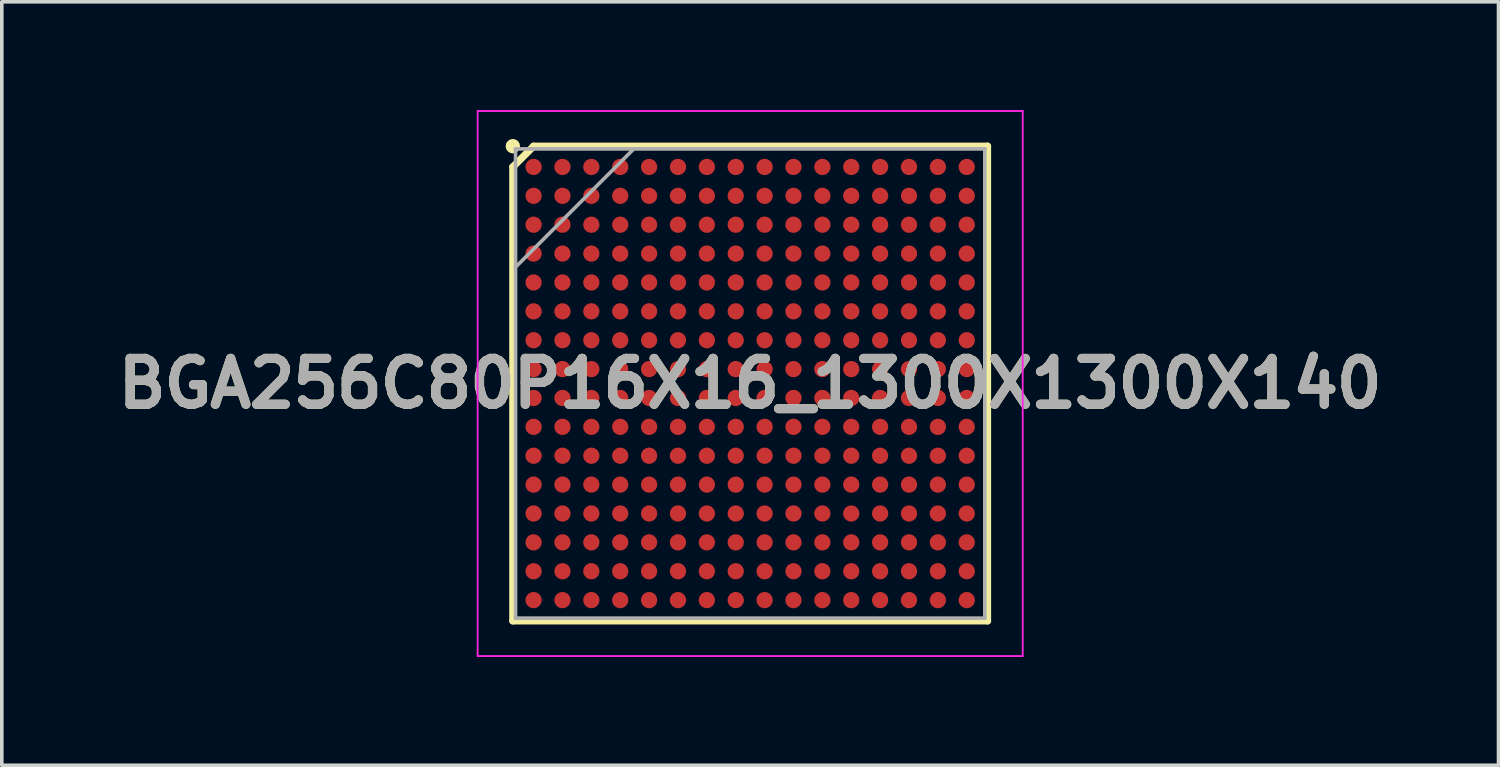
<source format=kicad_pcb>
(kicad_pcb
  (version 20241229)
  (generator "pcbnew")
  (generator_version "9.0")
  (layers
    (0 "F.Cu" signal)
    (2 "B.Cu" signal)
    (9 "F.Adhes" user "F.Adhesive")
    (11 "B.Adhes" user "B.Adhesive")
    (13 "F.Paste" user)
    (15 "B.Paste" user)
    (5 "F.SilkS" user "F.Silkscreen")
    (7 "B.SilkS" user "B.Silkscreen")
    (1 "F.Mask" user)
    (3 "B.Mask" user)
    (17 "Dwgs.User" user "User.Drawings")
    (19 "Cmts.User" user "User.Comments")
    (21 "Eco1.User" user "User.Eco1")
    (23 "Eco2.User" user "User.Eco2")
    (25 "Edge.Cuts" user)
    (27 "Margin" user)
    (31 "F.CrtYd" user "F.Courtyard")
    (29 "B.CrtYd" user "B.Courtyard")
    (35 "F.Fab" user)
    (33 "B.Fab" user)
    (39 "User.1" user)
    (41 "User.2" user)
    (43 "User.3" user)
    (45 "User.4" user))
  (footprint "BGA256C80P16X16_1300X1300X140"
    (layer "F.Cu")
    (at 17.732 7.575)
    (property "Reference" "BGA256C80P16X16_1300X1300X140" (at 0 0 0) (layer "F.SilkS") (effects (font (size 1.27 1.27) (thickness 0.254))))
    (attr smd)
    (fp_line (start -6.575 -6) (end -6 -6.575) (stroke (width 0.2) (type solid)) (layer "F.SilkS"))
    (fp_line (start -6.575 6.575) (end -6.575 -6) (stroke (width 0.2) (type solid)) (layer "F.SilkS"))
    (fp_line (start -6 -6.575) (end 6.575 -6.575) (stroke (width 0.2) (type solid)) (layer "F.SilkS"))
    (fp_line (start 6.575 -6.575) (end 6.575 6.575) (stroke (width 0.2) (type solid)) (layer "F.SilkS"))
    (fp_line (start 6.575 6.575) (end -6.575 6.575) (stroke (width 0.2) (type solid)) (layer "F.SilkS"))
    (fp_circle (center -6.575 -6.575) (end -6.575 -6.475) (stroke (width 0.2) (type solid)) (fill no) (layer "F.SilkS"))
    (fp_line (start -7.55 -7.55) (end 7.55 -7.55) (stroke (width 0.05) (type solid)) (layer "F.CrtYd"))
    (fp_line (start -7.55 7.55) (end -7.55 -7.55) (stroke (width 0.05) (type solid)) (layer "F.CrtYd"))
    (fp_line (start 7.55 -7.55) (end 7.55 7.55) (stroke (width 0.05) (type solid)) (layer "F.CrtYd"))
    (fp_line (start 7.55 7.55) (end -7.55 7.55) (stroke (width 0.05) (type solid)) (layer "F.CrtYd"))
    (fp_line (start -6.5 -6.5) (end 6.5 -6.5) (stroke (width 0.1) (type solid)) (layer "F.Fab"))
    (fp_line (start -6.5 -3.225) (end -3.225 -6.5) (stroke (width 0.1) (type solid)) (layer "F.Fab"))
    (fp_line (start -6.5 6.5) (end -6.5 -6.5) (stroke (width 0.1) (type solid)) (layer "F.Fab"))
    (fp_line (start 6.5 -6.5) (end 6.5 6.5) (stroke (width 0.1) (type solid)) (layer "F.Fab"))
    (fp_line (start 6.5 6.5) (end -6.5 6.5) (stroke (width 0.1) (type solid)) (layer "F.Fab"))
    (fp_text user "${REFERENCE}" (at 0 0 0) (layer "F.Fab") (effects (font (size 1.27 1.27) (thickness 0.254))))
    (pad "A1" smd circle (at -6 -6 90) (size 0.45 0.45) (layers "F.Cu" "F.Mask" "F.Paste"))
    (pad "A2" smd circle (at -5.2 -6 90) (size 0.45 0.45) (layers "F.Cu" "F.Mask" "F.Paste"))
    (pad "A3" smd circle (at -4.4 -6 90) (size 0.45 0.45) (layers "F.Cu" "F.Mask" "F.Paste"))
    (pad "A4" smd circle (at -3.6 -6 90) (size 0.45 0.45) (layers "F.Cu" "F.Mask" "F.Paste"))
    (pad "A5" smd circle (at -2.8 -6 90) (size 0.45 0.45) (layers "F.Cu" "F.Mask" "F.Paste"))
    (pad "A6" smd circle (at -2 -6 90) (size 0.45 0.45) (layers "F.Cu" "F.Mask" "F.Paste"))
    (pad "A7" smd circle (at -1.2 -6 90) (size 0.45 0.45) (layers "F.Cu" "F.Mask" "F.Paste"))
    (pad "A8" smd circle (at -0.4 -6 90) (size 0.45 0.45) (layers "F.Cu" "F.Mask" "F.Paste"))
    (pad "A9" smd circle (at 0.4 -6 90) (size 0.45 0.45) (layers "F.Cu" "F.Mask" "F.Paste"))
    (pad "A10" smd circle (at 1.2 -6 90) (size 0.45 0.45) (layers "F.Cu" "F.Mask" "F.Paste"))
    (pad "A11" smd circle (at 2 -6 90) (size 0.45 0.45) (layers "F.Cu" "F.Mask" "F.Paste"))
    (pad "A12" smd circle (at 2.8 -6 90) (size 0.45 0.45) (layers "F.Cu" "F.Mask" "F.Paste"))
    (pad "A13" smd circle (at 3.6 -6 90) (size 0.45 0.45) (layers "F.Cu" "F.Mask" "F.Paste"))
    (pad "A14" smd circle (at 4.4 -6 90) (size 0.45 0.45) (layers "F.Cu" "F.Mask" "F.Paste"))
    (pad "A15" smd circle (at 5.2 -6 90) (size 0.45 0.45) (layers "F.Cu" "F.Mask" "F.Paste"))
    (pad "A16" smd circle (at 6 -6 90) (size 0.45 0.45) (layers "F.Cu" "F.Mask" "F.Paste"))
    (pad "B1" smd circle (at -6 -5.2 90) (size 0.45 0.45) (layers "F.Cu" "F.Mask" "F.Paste"))
    (pad "B2" smd circle (at -5.2 -5.2 90) (size 0.45 0.45) (layers "F.Cu" "F.Mask" "F.Paste"))
    (pad "B3" smd circle (at -4.4 -5.2 90) (size 0.45 0.45) (layers "F.Cu" "F.Mask" "F.Paste"))
    (pad "B4" smd circle (at -3.6 -5.2 90) (size 0.45 0.45) (layers "F.Cu" "F.Mask" "F.Paste"))
    (pad "B5" smd circle (at -2.8 -5.2 90) (size 0.45 0.45) (layers "F.Cu" "F.Mask" "F.Paste"))
    (pad "B6" smd circle (at -2 -5.2 90) (size 0.45 0.45) (layers "F.Cu" "F.Mask" "F.Paste"))
    (pad "B7" smd circle (at -1.2 -5.2 90) (size 0.45 0.45) (layers "F.Cu" "F.Mask" "F.Paste"))
    (pad "B8" smd circle (at -0.4 -5.2 90) (size 0.45 0.45) (layers "F.Cu" "F.Mask" "F.Paste"))
    (pad "B9" smd circle (at 0.4 -5.2 90) (size 0.45 0.45) (layers "F.Cu" "F.Mask" "F.Paste"))
    (pad "B10" smd circle (at 1.2 -5.2 90) (size 0.45 0.45) (layers "F.Cu" "F.Mask" "F.Paste"))
    (pad "B11" smd circle (at 2 -5.2 90) (size 0.45 0.45) (layers "F.Cu" "F.Mask" "F.Paste"))
    (pad "B12" smd circle (at 2.8 -5.2 90) (size 0.45 0.45) (layers "F.Cu" "F.Mask" "F.Paste"))
    (pad "B13" smd circle (at 3.6 -5.2 90) (size 0.45 0.45) (layers "F.Cu" "F.Mask" "F.Paste"))
    (pad "B14" smd circle (at 4.4 -5.2 90) (size 0.45 0.45) (layers "F.Cu" "F.Mask" "F.Paste"))
    (pad "B15" smd circle (at 5.2 -5.2 90) (size 0.45 0.45) (layers "F.Cu" "F.Mask" "F.Paste"))
    (pad "B16" smd circle (at 6 -5.2 90) (size 0.45 0.45) (layers "F.Cu" "F.Mask" "F.Paste"))
    (pad "C1" smd circle (at -6 -4.4 90) (size 0.45 0.45) (layers "F.Cu" "F.Mask" "F.Paste"))
    (pad "C2" smd circle (at -5.2 -4.4 90) (size 0.45 0.45) (layers "F.Cu" "F.Mask" "F.Paste"))
    (pad "C3" smd circle (at -4.4 -4.4 90) (size 0.45 0.45) (layers "F.Cu" "F.Mask" "F.Paste"))
    (pad "C4" smd circle (at -3.6 -4.4 90) (size 0.45 0.45) (layers "F.Cu" "F.Mask" "F.Paste"))
    (pad "C5" smd circle (at -2.8 -4.4 90) (size 0.45 0.45) (layers "F.Cu" "F.Mask" "F.Paste"))
    (pad "C6" smd circle (at -2 -4.4 90) (size 0.45 0.45) (layers "F.Cu" "F.Mask" "F.Paste"))
    (pad "C7" smd circle (at -1.2 -4.4 90) (size 0.45 0.45) (layers "F.Cu" "F.Mask" "F.Paste"))
    (pad "C8" smd circle (at -0.4 -4.4 90) (size 0.45 0.45) (layers "F.Cu" "F.Mask" "F.Paste"))
    (pad "C9" smd circle (at 0.4 -4.4 90) (size 0.45 0.45) (layers "F.Cu" "F.Mask" "F.Paste"))
    (pad "C10" smd circle (at 1.2 -4.4 90) (size 0.45 0.45) (layers "F.Cu" "F.Mask" "F.Paste"))
    (pad "C11" smd circle (at 2 -4.4 90) (size 0.45 0.45) (layers "F.Cu" "F.Mask" "F.Paste"))
    (pad "C12" smd circle (at 2.8 -4.4 90) (size 0.45 0.45) (layers "F.Cu" "F.Mask" "F.Paste"))
    (pad "C13" smd circle (at 3.6 -4.4 90) (size 0.45 0.45) (layers "F.Cu" "F.Mask" "F.Paste"))
    (pad "C14" smd circle (at 4.4 -4.4 90) (size 0.45 0.45) (layers "F.Cu" "F.Mask" "F.Paste"))
    (pad "C15" smd circle (at 5.2 -4.4 90) (size 0.45 0.45) (layers "F.Cu" "F.Mask" "F.Paste"))
    (pad "C16" smd circle (at 6 -4.4 90) (size 0.45 0.45) (layers "F.Cu" "F.Mask" "F.Paste"))
    (pad "D1" smd circle (at -6 -3.6 90) (size 0.45 0.45) (layers "F.Cu" "F.Mask" "F.Paste"))
    (pad "D2" smd circle (at -5.2 -3.6 90) (size 0.45 0.45) (layers "F.Cu" "F.Mask" "F.Paste"))
    (pad "D3" smd circle (at -4.4 -3.6 90) (size 0.45 0.45) (layers "F.Cu" "F.Mask" "F.Paste"))
    (pad "D4" smd circle (at -3.6 -3.6 90) (size 0.45 0.45) (layers "F.Cu" "F.Mask" "F.Paste"))
    (pad "D5" smd circle (at -2.8 -3.6 90) (size 0.45 0.45) (layers "F.Cu" "F.Mask" "F.Paste"))
    (pad "D6" smd circle (at -2 -3.6 90) (size 0.45 0.45) (layers "F.Cu" "F.Mask" "F.Paste"))
    (pad "D7" smd circle (at -1.2 -3.6 90) (size 0.45 0.45) (layers "F.Cu" "F.Mask" "F.Paste"))
    (pad "D8" smd circle (at -0.4 -3.6 90) (size 0.45 0.45) (layers "F.Cu" "F.Mask" "F.Paste"))
    (pad "D9" smd circle (at 0.4 -3.6 90) (size 0.45 0.45) (layers "F.Cu" "F.Mask" "F.Paste"))
    (pad "D10" smd circle (at 1.2 -3.6 90) (size 0.45 0.45) (layers "F.Cu" "F.Mask" "F.Paste"))
    (pad "D11" smd circle (at 2 -3.6 90) (size 0.45 0.45) (layers "F.Cu" "F.Mask" "F.Paste"))
    (pad "D12" smd circle (at 2.8 -3.6 90) (size 0.45 0.45) (layers "F.Cu" "F.Mask" "F.Paste"))
    (pad "D13" smd circle (at 3.6 -3.6 90) (size 0.45 0.45) (layers "F.Cu" "F.Mask" "F.Paste"))
    (pad "D14" smd circle (at 4.4 -3.6 90) (size 0.45 0.45) (layers "F.Cu" "F.Mask" "F.Paste"))
    (pad "D15" smd circle (at 5.2 -3.6 90) (size 0.45 0.45) (layers "F.Cu" "F.Mask" "F.Paste"))
    (pad "D16" smd circle (at 6 -3.6 90) (size 0.45 0.45) (layers "F.Cu" "F.Mask" "F.Paste"))
    (pad "E1" smd circle (at -6 -2.8 90) (size 0.45 0.45) (layers "F.Cu" "F.Mask" "F.Paste"))
    (pad "E2" smd circle (at -5.2 -2.8 90) (size 0.45 0.45) (layers "F.Cu" "F.Mask" "F.Paste"))
    (pad "E3" smd circle (at -4.4 -2.8 90) (size 0.45 0.45) (layers "F.Cu" "F.Mask" "F.Paste"))
    (pad "E4" smd circle (at -3.6 -2.8 90) (size 0.45 0.45) (layers "F.Cu" "F.Mask" "F.Paste"))
    (pad "E5" smd circle (at -2.8 -2.8 90) (size 0.45 0.45) (layers "F.Cu" "F.Mask" "F.Paste"))
    (pad "E6" smd circle (at -2 -2.8 90) (size 0.45 0.45) (layers "F.Cu" "F.Mask" "F.Paste"))
    (pad "E7" smd circle (at -1.2 -2.8 90) (size 0.45 0.45) (layers "F.Cu" "F.Mask" "F.Paste"))
    (pad "E8" smd circle (at -0.4 -2.8 90) (size 0.45 0.45) (layers "F.Cu" "F.Mask" "F.Paste"))
    (pad "E9" smd circle (at 0.4 -2.8 90) (size 0.45 0.45) (layers "F.Cu" "F.Mask" "F.Paste"))
    (pad "E10" smd circle (at 1.2 -2.8 90) (size 0.45 0.45) (layers "F.Cu" "F.Mask" "F.Paste"))
    (pad "E11" smd circle (at 2 -2.8 90) (size 0.45 0.45) (layers "F.Cu" "F.Mask" "F.Paste"))
    (pad "E12" smd circle (at 2.8 -2.8 90) (size 0.45 0.45) (layers "F.Cu" "F.Mask" "F.Paste"))
    (pad "E13" smd circle (at 3.6 -2.8 90) (size 0.45 0.45) (layers "F.Cu" "F.Mask" "F.Paste"))
    (pad "E14" smd circle (at 4.4 -2.8 90) (size 0.45 0.45) (layers "F.Cu" "F.Mask" "F.Paste"))
    (pad "E15" smd circle (at 5.2 -2.8 90) (size 0.45 0.45) (layers "F.Cu" "F.Mask" "F.Paste"))
    (pad "E16" smd circle (at 6 -2.8 90) (size 0.45 0.45) (layers "F.Cu" "F.Mask" "F.Paste"))
    (pad "F1" smd circle (at -6 -2 90) (size 0.45 0.45) (layers "F.Cu" "F.Mask" "F.Paste"))
    (pad "F2" smd circle (at -5.2 -2 90) (size 0.45 0.45) (layers "F.Cu" "F.Mask" "F.Paste"))
    (pad "F3" smd circle (at -4.4 -2 90) (size 0.45 0.45) (layers "F.Cu" "F.Mask" "F.Paste"))
    (pad "F4" smd circle (at -3.6 -2 90) (size 0.45 0.45) (layers "F.Cu" "F.Mask" "F.Paste"))
    (pad "F5" smd circle (at -2.8 -2 90) (size 0.45 0.45) (layers "F.Cu" "F.Mask" "F.Paste"))
    (pad "F6" smd circle (at -2 -2 90) (size 0.45 0.45) (layers "F.Cu" "F.Mask" "F.Paste"))
    (pad "F7" smd circle (at -1.2 -2 90) (size 0.45 0.45) (layers "F.Cu" "F.Mask" "F.Paste"))
    (pad "F8" smd circle (at -0.4 -2 90) (size 0.45 0.45) (layers "F.Cu" "F.Mask" "F.Paste"))
    (pad "F9" smd circle (at 0.4 -2 90) (size 0.45 0.45) (layers "F.Cu" "F.Mask" "F.Paste"))
    (pad "F10" smd circle (at 1.2 -2 90) (size 0.45 0.45) (layers "F.Cu" "F.Mask" "F.Paste"))
    (pad "F11" smd circle (at 2 -2 90) (size 0.45 0.45) (layers "F.Cu" "F.Mask" "F.Paste"))
    (pad "F12" smd circle (at 2.8 -2 90) (size 0.45 0.45) (layers "F.Cu" "F.Mask" "F.Paste"))
    (pad "F13" smd circle (at 3.6 -2 90) (size 0.45 0.45) (layers "F.Cu" "F.Mask" "F.Paste"))
    (pad "F14" smd circle (at 4.4 -2 90) (size 0.45 0.45) (layers "F.Cu" "F.Mask" "F.Paste"))
    (pad "F15" smd circle (at 5.2 -2 90) (size 0.45 0.45) (layers "F.Cu" "F.Mask" "F.Paste"))
    (pad "F16" smd circle (at 6 -2 90) (size 0.45 0.45) (layers "F.Cu" "F.Mask" "F.Paste"))
    (pad "G1" smd circle (at -6 -1.2 90) (size 0.45 0.45) (layers "F.Cu" "F.Mask" "F.Paste"))
    (pad "G2" smd circle (at -5.2 -1.2 90) (size 0.45 0.45) (layers "F.Cu" "F.Mask" "F.Paste"))
    (pad "G3" smd circle (at -4.4 -1.2 90) (size 0.45 0.45) (layers "F.Cu" "F.Mask" "F.Paste"))
    (pad "G4" smd circle (at -3.6 -1.2 90) (size 0.45 0.45) (layers "F.Cu" "F.Mask" "F.Paste"))
    (pad "G5" smd circle (at -2.8 -1.2 90) (size 0.45 0.45) (layers "F.Cu" "F.Mask" "F.Paste"))
    (pad "G6" smd circle (at -2 -1.2 90) (size 0.45 0.45) (layers "F.Cu" "F.Mask" "F.Paste"))
    (pad "G7" smd circle (at -1.2 -1.2 90) (size 0.45 0.45) (layers "F.Cu" "F.Mask" "F.Paste"))
    (pad "G8" smd circle (at -0.4 -1.2 90) (size 0.45 0.45) (layers "F.Cu" "F.Mask" "F.Paste"))
    (pad "G9" smd circle (at 0.4 -1.2 90) (size 0.45 0.45) (layers "F.Cu" "F.Mask" "F.Paste"))
    (pad "G10" smd circle (at 1.2 -1.2 90) (size 0.45 0.45) (layers "F.Cu" "F.Mask" "F.Paste"))
    (pad "G11" smd circle (at 2 -1.2 90) (size 0.45 0.45) (layers "F.Cu" "F.Mask" "F.Paste"))
    (pad "G12" smd circle (at 2.8 -1.2 90) (size 0.45 0.45) (layers "F.Cu" "F.Mask" "F.Paste"))
    (pad "G13" smd circle (at 3.6 -1.2 90) (size 0.45 0.45) (layers "F.Cu" "F.Mask" "F.Paste"))
    (pad "G14" smd circle (at 4.4 -1.2 90) (size 0.45 0.45) (layers "F.Cu" "F.Mask" "F.Paste"))
    (pad "G15" smd circle (at 5.2 -1.2 90) (size 0.45 0.45) (layers "F.Cu" "F.Mask" "F.Paste"))
    (pad "G16" smd circle (at 6 -1.2 90) (size 0.45 0.45) (layers "F.Cu" "F.Mask" "F.Paste"))
    (pad "H1" smd circle (at -6 -0.4 90) (size 0.45 0.45) (layers "F.Cu" "F.Mask" "F.Paste"))
    (pad "H2" smd circle (at -5.2 -0.4 90) (size 0.45 0.45) (layers "F.Cu" "F.Mask" "F.Paste"))
    (pad "H3" smd circle (at -4.4 -0.4 90) (size 0.45 0.45) (layers "F.Cu" "F.Mask" "F.Paste"))
    (pad "H4" smd circle (at -3.6 -0.4 90) (size 0.45 0.45) (layers "F.Cu" "F.Mask" "F.Paste"))
    (pad "H5" smd circle (at -2.8 -0.4 90) (size 0.45 0.45) (layers "F.Cu" "F.Mask" "F.Paste"))
    (pad "H6" smd circle (at -2 -0.4 90) (size 0.45 0.45) (layers "F.Cu" "F.Mask" "F.Paste"))
    (pad "H7" smd circle (at -1.2 -0.4 90) (size 0.45 0.45) (layers "F.Cu" "F.Mask" "F.Paste"))
    (pad "H8" smd circle (at -0.4 -0.4 90) (size 0.45 0.45) (layers "F.Cu" "F.Mask" "F.Paste"))
    (pad "H9" smd circle (at 0.4 -0.4 90) (size 0.45 0.45) (layers "F.Cu" "F.Mask" "F.Paste"))
    (pad "H10" smd circle (at 1.2 -0.4 90) (size 0.45 0.45) (layers "F.Cu" "F.Mask" "F.Paste"))
    (pad "H11" smd circle (at 2 -0.4 90) (size 0.45 0.45) (layers "F.Cu" "F.Mask" "F.Paste"))
    (pad "H12" smd circle (at 2.8 -0.4 90) (size 0.45 0.45) (layers "F.Cu" "F.Mask" "F.Paste"))
    (pad "H13" smd circle (at 3.6 -0.4 90) (size 0.45 0.45) (layers "F.Cu" "F.Mask" "F.Paste"))
    (pad "H14" smd circle (at 4.4 -0.4 90) (size 0.45 0.45) (layers "F.Cu" "F.Mask" "F.Paste"))
    (pad "H15" smd circle (at 5.2 -0.4 90) (size 0.45 0.45) (layers "F.Cu" "F.Mask" "F.Paste"))
    (pad "H16" smd circle (at 6 -0.4 90) (size 0.45 0.45) (layers "F.Cu" "F.Mask" "F.Paste"))
    (pad "J1" smd circle (at -6 0.4 90) (size 0.45 0.45) (layers "F.Cu" "F.Mask" "F.Paste"))
    (pad "J2" smd circle (at -5.2 0.4 90) (size 0.45 0.45) (layers "F.Cu" "F.Mask" "F.Paste"))
    (pad "J3" smd circle (at -4.4 0.4 90) (size 0.45 0.45) (layers "F.Cu" "F.Mask" "F.Paste"))
    (pad "J4" smd circle (at -3.6 0.4 90) (size 0.45 0.45) (layers "F.Cu" "F.Mask" "F.Paste"))
    (pad "J5" smd circle (at -2.8 0.4 90) (size 0.45 0.45) (layers "F.Cu" "F.Mask" "F.Paste"))
    (pad "J6" smd circle (at -2 0.4 90) (size 0.45 0.45) (layers "F.Cu" "F.Mask" "F.Paste"))
    (pad "J7" smd circle (at -1.2 0.4 90) (size 0.45 0.45) (layers "F.Cu" "F.Mask" "F.Paste"))
    (pad "J8" smd circle (at -0.4 0.4 90) (size 0.45 0.45) (layers "F.Cu" "F.Mask" "F.Paste"))
    (pad "J9" smd circle (at 0.4 0.4 90) (size 0.45 0.45) (layers "F.Cu" "F.Mask" "F.Paste"))
    (pad "J10" smd circle (at 1.2 0.4 90) (size 0.45 0.45) (layers "F.Cu" "F.Mask" "F.Paste"))
    (pad "J11" smd circle (at 2 0.4 90) (size 0.45 0.45) (layers "F.Cu" "F.Mask" "F.Paste"))
    (pad "J12" smd circle (at 2.8 0.4 90) (size 0.45 0.45) (layers "F.Cu" "F.Mask" "F.Paste"))
    (pad "J13" smd circle (at 3.6 0.4 90) (size 0.45 0.45) (layers "F.Cu" "F.Mask" "F.Paste"))
    (pad "J14" smd circle (at 4.4 0.4 90) (size 0.45 0.45) (layers "F.Cu" "F.Mask" "F.Paste"))
    (pad "J15" smd circle (at 5.2 0.4 90) (size 0.45 0.45) (layers "F.Cu" "F.Mask" "F.Paste"))
    (pad "J16" smd circle (at 6 0.4 90) (size 0.45 0.45) (layers "F.Cu" "F.Mask" "F.Paste"))
    (pad "K1" smd circle (at -6 1.2 90) (size 0.45 0.45) (layers "F.Cu" "F.Mask" "F.Paste"))
    (pad "K2" smd circle (at -5.2 1.2 90) (size 0.45 0.45) (layers "F.Cu" "F.Mask" "F.Paste"))
    (pad "K3" smd circle (at -4.4 1.2 90) (size 0.45 0.45) (layers "F.Cu" "F.Mask" "F.Paste"))
    (pad "K4" smd circle (at -3.6 1.2 90) (size 0.45 0.45) (layers "F.Cu" "F.Mask" "F.Paste"))
    (pad "K5" smd circle (at -2.8 1.2 90) (size 0.45 0.45) (layers "F.Cu" "F.Mask" "F.Paste"))
    (pad "K6" smd circle (at -2 1.2 90) (size 0.45 0.45) (layers "F.Cu" "F.Mask" "F.Paste"))
    (pad "K7" smd circle (at -1.2 1.2 90) (size 0.45 0.45) (layers "F.Cu" "F.Mask" "F.Paste"))
    (pad "K8" smd circle (at -0.4 1.2 90) (size 0.45 0.45) (layers "F.Cu" "F.Mask" "F.Paste"))
    (pad "K9" smd circle (at 0.4 1.2 90) (size 0.45 0.45) (layers "F.Cu" "F.Mask" "F.Paste"))
    (pad "K10" smd circle (at 1.2 1.2 90) (size 0.45 0.45) (layers "F.Cu" "F.Mask" "F.Paste"))
    (pad "K11" smd circle (at 2 1.2 90) (size 0.45 0.45) (layers "F.Cu" "F.Mask" "F.Paste"))
    (pad "K12" smd circle (at 2.8 1.2 90) (size 0.45 0.45) (layers "F.Cu" "F.Mask" "F.Paste"))
    (pad "K13" smd circle (at 3.6 1.2 90) (size 0.45 0.45) (layers "F.Cu" "F.Mask" "F.Paste"))
    (pad "K14" smd circle (at 4.4 1.2 90) (size 0.45 0.45) (layers "F.Cu" "F.Mask" "F.Paste"))
    (pad "K15" smd circle (at 5.2 1.2 90) (size 0.45 0.45) (layers "F.Cu" "F.Mask" "F.Paste"))
    (pad "K16" smd circle (at 6 1.2 90) (size 0.45 0.45) (layers "F.Cu" "F.Mask" "F.Paste"))
    (pad "L1" smd circle (at -6 2 90) (size 0.45 0.45) (layers "F.Cu" "F.Mask" "F.Paste"))
    (pad "L2" smd circle (at -5.2 2 90) (size 0.45 0.45) (layers "F.Cu" "F.Mask" "F.Paste"))
    (pad "L3" smd circle (at -4.4 2 90) (size 0.45 0.45) (layers "F.Cu" "F.Mask" "F.Paste"))
    (pad "L4" smd circle (at -3.6 2 90) (size 0.45 0.45) (layers "F.Cu" "F.Mask" "F.Paste"))
    (pad "L5" smd circle (at -2.8 2 90) (size 0.45 0.45) (layers "F.Cu" "F.Mask" "F.Paste"))
    (pad "L6" smd circle (at -2 2 90) (size 0.45 0.45) (layers "F.Cu" "F.Mask" "F.Paste"))
    (pad "L7" smd circle (at -1.2 2 90) (size 0.45 0.45) (layers "F.Cu" "F.Mask" "F.Paste"))
    (pad "L8" smd circle (at -0.4 2 90) (size 0.45 0.45) (layers "F.Cu" "F.Mask" "F.Paste"))
    (pad "L9" smd circle (at 0.4 2 90) (size 0.45 0.45) (layers "F.Cu" "F.Mask" "F.Paste"))
    (pad "L10" smd circle (at 1.2 2 90) (size 0.45 0.45) (layers "F.Cu" "F.Mask" "F.Paste"))
    (pad "L11" smd circle (at 2 2 90) (size 0.45 0.45) (layers "F.Cu" "F.Mask" "F.Paste"))
    (pad "L12" smd circle (at 2.8 2 90) (size 0.45 0.45) (layers "F.Cu" "F.Mask" "F.Paste"))
    (pad "L13" smd circle (at 3.6 2 90) (size 0.45 0.45) (layers "F.Cu" "F.Mask" "F.Paste"))
    (pad "L14" smd circle (at 4.4 2 90) (size 0.45 0.45) (layers "F.Cu" "F.Mask" "F.Paste"))
    (pad "L15" smd circle (at 5.2 2 90) (size 0.45 0.45) (layers "F.Cu" "F.Mask" "F.Paste"))
    (pad "L16" smd circle (at 6 2 90) (size 0.45 0.45) (layers "F.Cu" "F.Mask" "F.Paste"))
    (pad "M1" smd circle (at -6 2.8 90) (size 0.45 0.45) (layers "F.Cu" "F.Mask" "F.Paste"))
    (pad "M2" smd circle (at -5.2 2.8 90) (size 0.45 0.45) (layers "F.Cu" "F.Mask" "F.Paste"))
    (pad "M3" smd circle (at -4.4 2.8 90) (size 0.45 0.45) (layers "F.Cu" "F.Mask" "F.Paste"))
    (pad "M4" smd circle (at -3.6 2.8 90) (size 0.45 0.45) (layers "F.Cu" "F.Mask" "F.Paste"))
    (pad "M5" smd circle (at -2.8 2.8 90) (size 0.45 0.45) (layers "F.Cu" "F.Mask" "F.Paste"))
    (pad "M6" smd circle (at -2 2.8 90) (size 0.45 0.45) (layers "F.Cu" "F.Mask" "F.Paste"))
    (pad "M7" smd circle (at -1.2 2.8 90) (size 0.45 0.45) (layers "F.Cu" "F.Mask" "F.Paste"))
    (pad "M8" smd circle (at -0.4 2.8 90) (size 0.45 0.45) (layers "F.Cu" "F.Mask" "F.Paste"))
    (pad "M9" smd circle (at 0.4 2.8 90) (size 0.45 0.45) (layers "F.Cu" "F.Mask" "F.Paste"))
    (pad "M10" smd circle (at 1.2 2.8 90) (size 0.45 0.45) (layers "F.Cu" "F.Mask" "F.Paste"))
    (pad "M11" smd circle (at 2 2.8 90) (size 0.45 0.45) (layers "F.Cu" "F.Mask" "F.Paste"))
    (pad "M12" smd circle (at 2.8 2.8 90) (size 0.45 0.45) (layers "F.Cu" "F.Mask" "F.Paste"))
    (pad "M13" smd circle (at 3.6 2.8 90) (size 0.45 0.45) (layers "F.Cu" "F.Mask" "F.Paste"))
    (pad "M14" smd circle (at 4.4 2.8 90) (size 0.45 0.45) (layers "F.Cu" "F.Mask" "F.Paste"))
    (pad "M15" smd circle (at 5.2 2.8 90) (size 0.45 0.45) (layers "F.Cu" "F.Mask" "F.Paste"))
    (pad "M16" smd circle (at 6 2.8 90) (size 0.45 0.45) (layers "F.Cu" "F.Mask" "F.Paste"))
    (pad "N1" smd circle (at -6 3.6 90) (size 0.45 0.45) (layers "F.Cu" "F.Mask" "F.Paste"))
    (pad "N2" smd circle (at -5.2 3.6 90) (size 0.45 0.45) (layers "F.Cu" "F.Mask" "F.Paste"))
    (pad "N3" smd circle (at -4.4 3.6 90) (size 0.45 0.45) (layers "F.Cu" "F.Mask" "F.Paste"))
    (pad "N4" smd circle (at -3.6 3.6 90) (size 0.45 0.45) (layers "F.Cu" "F.Mask" "F.Paste"))
    (pad "N5" smd circle (at -2.8 3.6 90) (size 0.45 0.45) (layers "F.Cu" "F.Mask" "F.Paste"))
    (pad "N6" smd circle (at -2 3.6 90) (size 0.45 0.45) (layers "F.Cu" "F.Mask" "F.Paste"))
    (pad "N7" smd circle (at -1.2 3.6 90) (size 0.45 0.45) (layers "F.Cu" "F.Mask" "F.Paste"))
    (pad "N8" smd circle (at -0.4 3.6 90) (size 0.45 0.45) (layers "F.Cu" "F.Mask" "F.Paste"))
    (pad "N9" smd circle (at 0.4 3.6 90) (size 0.45 0.45) (layers "F.Cu" "F.Mask" "F.Paste"))
    (pad "N10" smd circle (at 1.2 3.6 90) (size 0.45 0.45) (layers "F.Cu" "F.Mask" "F.Paste"))
    (pad "N11" smd circle (at 2 3.6 90) (size 0.45 0.45) (layers "F.Cu" "F.Mask" "F.Paste"))
    (pad "N12" smd circle (at 2.8 3.6 90) (size 0.45 0.45) (layers "F.Cu" "F.Mask" "F.Paste"))
    (pad "N13" smd circle (at 3.6 3.6 90) (size 0.45 0.45) (layers "F.Cu" "F.Mask" "F.Paste"))
    (pad "N14" smd circle (at 4.4 3.6 90) (size 0.45 0.45) (layers "F.Cu" "F.Mask" "F.Paste"))
    (pad "N15" smd circle (at 5.2 3.6 90) (size 0.45 0.45) (layers "F.Cu" "F.Mask" "F.Paste"))
    (pad "N16" smd circle (at 6 3.6 90) (size 0.45 0.45) (layers "F.Cu" "F.Mask" "F.Paste"))
    (pad "P1" smd circle (at -6 4.4 90) (size 0.45 0.45) (layers "F.Cu" "F.Mask" "F.Paste"))
    (pad "P2" smd circle (at -5.2 4.4 90) (size 0.45 0.45) (layers "F.Cu" "F.Mask" "F.Paste"))
    (pad "P3" smd circle (at -4.4 4.4 90) (size 0.45 0.45) (layers "F.Cu" "F.Mask" "F.Paste"))
    (pad "P4" smd circle (at -3.6 4.4 90) (size 0.45 0.45) (layers "F.Cu" "F.Mask" "F.Paste"))
    (pad "P5" smd circle (at -2.8 4.4 90) (size 0.45 0.45) (layers "F.Cu" "F.Mask" "F.Paste"))
    (pad "P6" smd circle (at -2 4.4 90) (size 0.45 0.45) (layers "F.Cu" "F.Mask" "F.Paste"))
    (pad "P7" smd circle (at -1.2 4.4 90) (size 0.45 0.45) (layers "F.Cu" "F.Mask" "F.Paste"))
    (pad "P8" smd circle (at -0.4 4.4 90) (size 0.45 0.45) (layers "F.Cu" "F.Mask" "F.Paste"))
    (pad "P9" smd circle (at 0.4 4.4 90) (size 0.45 0.45) (layers "F.Cu" "F.Mask" "F.Paste"))
    (pad "P10" smd circle (at 1.2 4.4 90) (size 0.45 0.45) (layers "F.Cu" "F.Mask" "F.Paste"))
    (pad "P11" smd circle (at 2 4.4 90) (size 0.45 0.45) (layers "F.Cu" "F.Mask" "F.Paste"))
    (pad "P12" smd circle (at 2.8 4.4 90) (size 0.45 0.45) (layers "F.Cu" "F.Mask" "F.Paste"))
    (pad "P13" smd circle (at 3.6 4.4 90) (size 0.45 0.45) (layers "F.Cu" "F.Mask" "F.Paste"))
    (pad "P14" smd circle (at 4.4 4.4 90) (size 0.45 0.45) (layers "F.Cu" "F.Mask" "F.Paste"))
    (pad "P15" smd circle (at 5.2 4.4 90) (size 0.45 0.45) (layers "F.Cu" "F.Mask" "F.Paste"))
    (pad "P16" smd circle (at 6 4.4 90) (size 0.45 0.45) (layers "F.Cu" "F.Mask" "F.Paste"))
    (pad "R1" smd circle (at -6 5.2 90) (size 0.45 0.45) (layers "F.Cu" "F.Mask" "F.Paste"))
    (pad "R2" smd circle (at -5.2 5.2 90) (size 0.45 0.45) (layers "F.Cu" "F.Mask" "F.Paste"))
    (pad "R3" smd circle (at -4.4 5.2 90) (size 0.45 0.45) (layers "F.Cu" "F.Mask" "F.Paste"))
    (pad "R4" smd circle (at -3.6 5.2 90) (size 0.45 0.45) (layers "F.Cu" "F.Mask" "F.Paste"))
    (pad "R5" smd circle (at -2.8 5.2 90) (size 0.45 0.45) (layers "F.Cu" "F.Mask" "F.Paste"))
    (pad "R6" smd circle (at -2 5.2 90) (size 0.45 0.45) (layers "F.Cu" "F.Mask" "F.Paste"))
    (pad "R7" smd circle (at -1.2 5.2 90) (size 0.45 0.45) (layers "F.Cu" "F.Mask" "F.Paste"))
    (pad "R8" smd circle (at -0.4 5.2 90) (size 0.45 0.45) (layers "F.Cu" "F.Mask" "F.Paste"))
    (pad "R9" smd circle (at 0.4 5.2 90) (size 0.45 0.45) (layers "F.Cu" "F.Mask" "F.Paste"))
    (pad "R10" smd circle (at 1.2 5.2 90) (size 0.45 0.45) (layers "F.Cu" "F.Mask" "F.Paste"))
    (pad "R11" smd circle (at 2 5.2 90) (size 0.45 0.45) (layers "F.Cu" "F.Mask" "F.Paste"))
    (pad "R12" smd circle (at 2.8 5.2 90) (size 0.45 0.45) (layers "F.Cu" "F.Mask" "F.Paste"))
    (pad "R13" smd circle (at 3.6 5.2 90) (size 0.45 0.45) (layers "F.Cu" "F.Mask" "F.Paste"))
    (pad "R14" smd circle (at 4.4 5.2 90) (size 0.45 0.45) (layers "F.Cu" "F.Mask" "F.Paste"))
    (pad "R15" smd circle (at 5.2 5.2 90) (size 0.45 0.45) (layers "F.Cu" "F.Mask" "F.Paste"))
    (pad "R16" smd circle (at 6 5.2 90) (size 0.45 0.45) (layers "F.Cu" "F.Mask" "F.Paste"))
    (pad "T1" smd circle (at -6 6 90) (size 0.45 0.45) (layers "F.Cu" "F.Mask" "F.Paste"))
    (pad "T2" smd circle (at -5.2 6 90) (size 0.45 0.45) (layers "F.Cu" "F.Mask" "F.Paste"))
    (pad "T3" smd circle (at -4.4 6 90) (size 0.45 0.45) (layers "F.Cu" "F.Mask" "F.Paste"))
    (pad "T4" smd circle (at -3.6 6 90) (size 0.45 0.45) (layers "F.Cu" "F.Mask" "F.Paste"))
    (pad "T5" smd circle (at -2.8 6 90) (size 0.45 0.45) (layers "F.Cu" "F.Mask" "F.Paste"))
    (pad "T6" smd circle (at -2 6 90) (size 0.45 0.45) (layers "F.Cu" "F.Mask" "F.Paste"))
    (pad "T7" smd circle (at -1.2 6 90) (size 0.45 0.45) (layers "F.Cu" "F.Mask" "F.Paste"))
    (pad "T8" smd circle (at -0.4 6 90) (size 0.45 0.45) (layers "F.Cu" "F.Mask" "F.Paste"))
    (pad "T9" smd circle (at 0.4 6 90) (size 0.45 0.45) (layers "F.Cu" "F.Mask" "F.Paste"))
    (pad "T10" smd circle (at 1.2 6 90) (size 0.45 0.45) (layers "F.Cu" "F.Mask" "F.Paste"))
    (pad "T11" smd circle (at 2 6 90) (size 0.45 0.45) (layers "F.Cu" "F.Mask" "F.Paste"))
    (pad "T12" smd circle (at 2.8 6 90) (size 0.45 0.45) (layers "F.Cu" "F.Mask" "F.Paste"))
    (pad "T13" smd circle (at 3.6 6 90) (size 0.45 0.45) (layers "F.Cu" "F.Mask" "F.Paste"))
    (pad "T14" smd circle (at 4.4 6 90) (size 0.45 0.45) (layers "F.Cu" "F.Mask" "F.Paste"))
    (pad "T15" smd circle (at 5.2 6 90) (size 0.45 0.45) (layers "F.Cu" "F.Mask" "F.Paste"))
    (pad "T16" smd circle (at 6 6 90) (size 0.45 0.45) (layers "F.Cu" "F.Mask" "F.Paste")))
  (gr_rect
    (start -3 -3)
    (end 38.463 18.15)
    (stroke (width 0.1) (type default))
    (fill no)
    (layer "Edge.Cuts")))
</source>
